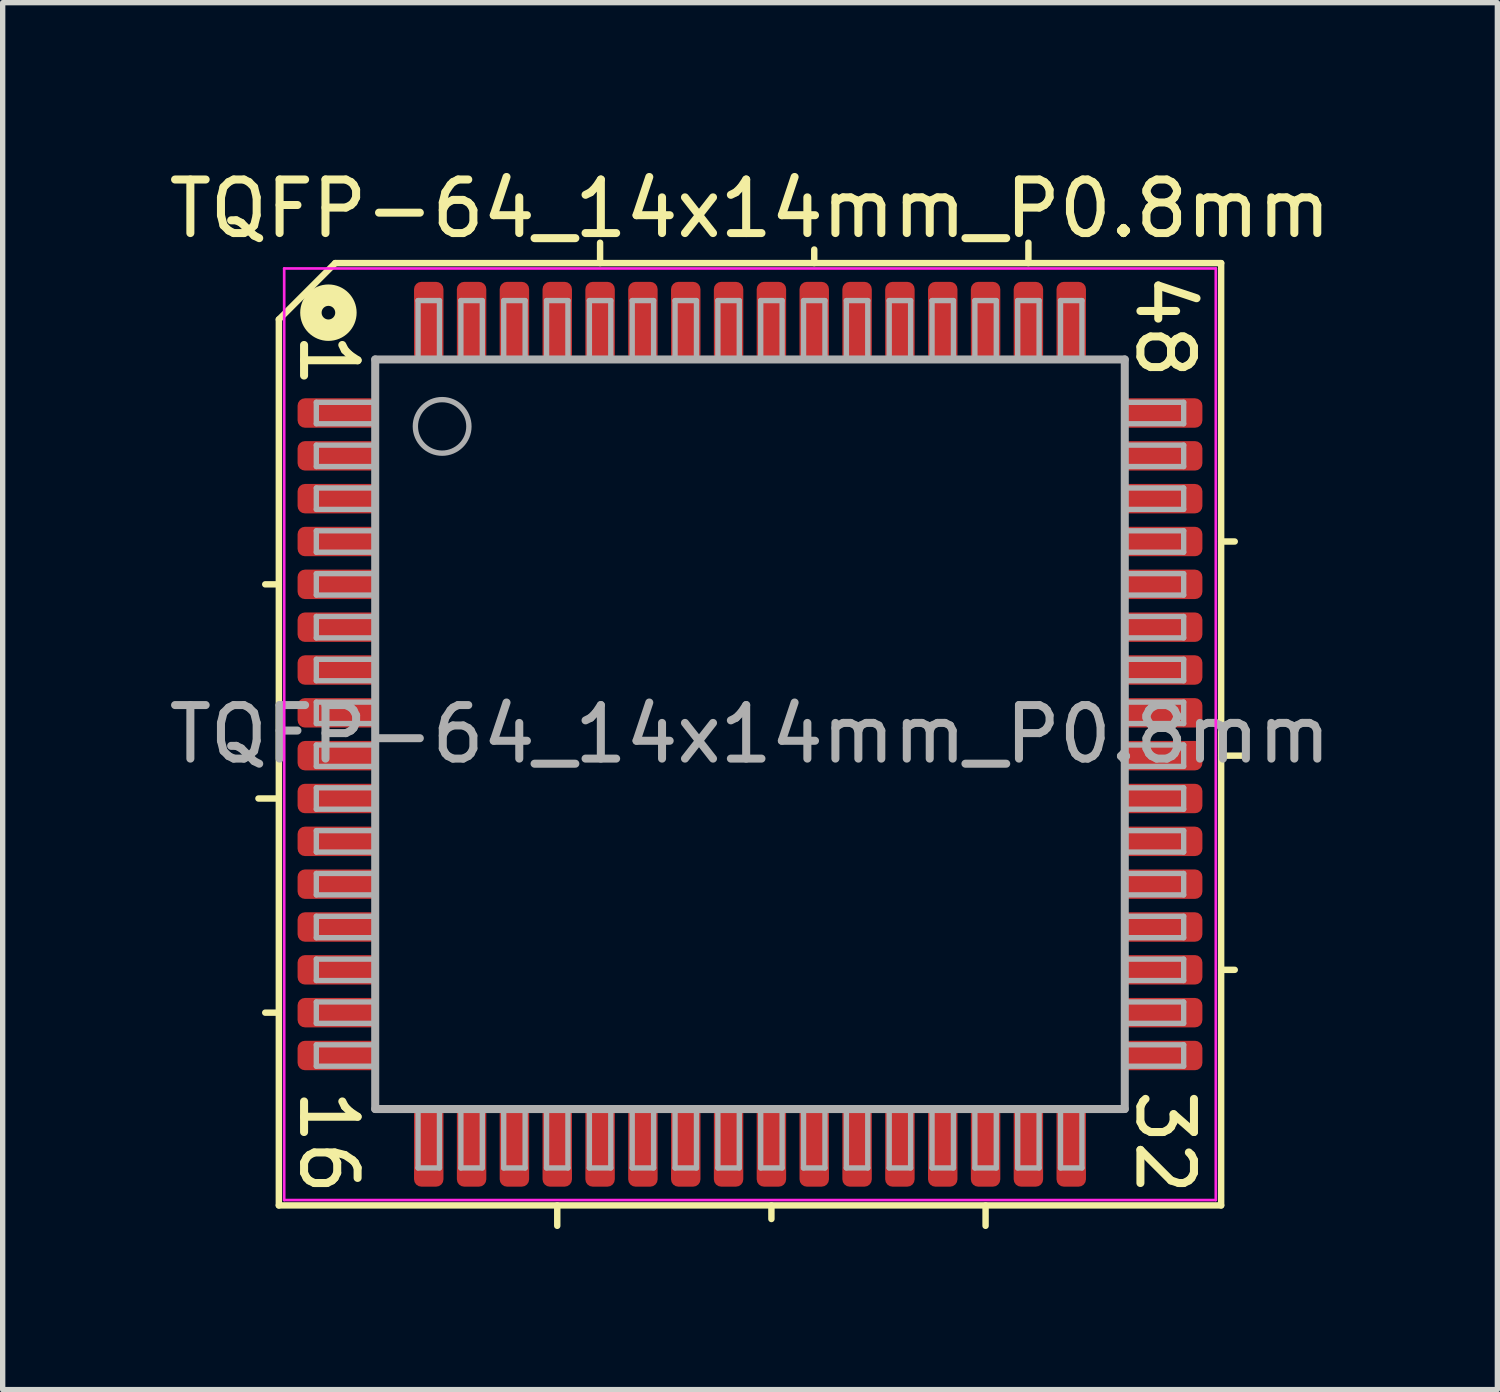
<source format=kicad_pcb>
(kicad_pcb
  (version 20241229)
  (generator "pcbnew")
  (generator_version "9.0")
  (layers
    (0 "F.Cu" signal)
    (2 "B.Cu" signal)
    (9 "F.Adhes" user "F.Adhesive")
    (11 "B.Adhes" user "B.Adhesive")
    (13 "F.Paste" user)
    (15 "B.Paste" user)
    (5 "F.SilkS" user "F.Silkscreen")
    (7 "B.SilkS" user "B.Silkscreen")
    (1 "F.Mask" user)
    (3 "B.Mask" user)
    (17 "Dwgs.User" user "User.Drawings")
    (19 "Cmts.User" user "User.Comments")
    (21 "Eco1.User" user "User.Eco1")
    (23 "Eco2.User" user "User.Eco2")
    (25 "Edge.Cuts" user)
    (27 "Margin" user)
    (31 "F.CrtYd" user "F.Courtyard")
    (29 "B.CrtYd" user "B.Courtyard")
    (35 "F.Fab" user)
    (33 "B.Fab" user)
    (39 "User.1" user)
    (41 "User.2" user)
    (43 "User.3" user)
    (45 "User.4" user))
  (footprint "TQFP-64_14x14mm_P0.8mm"
    (layer "F.Cu")
    (at 10.958 10.664)
    (property "Reference" "TQFP-64_14x14mm_P0.8mm" (at 0 -9.816 0) (layer "F.SilkS") (effects (font (size 1 1) (thickness 0.15))))
    (attr smd)
    (fp_line (start -8.8 -7.747) (end -8.8 8.8) (stroke (width 0.12) (type solid)) (layer "F.SilkS"))
    (fp_line (start -8.8 -2.8) (end -9.054 -2.8) (stroke (width 0.12) (type solid)) (layer "F.SilkS"))
    (fp_line (start -8.8 1.2) (end -9.181 1.2) (stroke (width 0.12) (type solid)) (layer "F.SilkS"))
    (fp_line (start -8.8 5.2) (end -9.054 5.2) (stroke (width 0.12) (type solid)) (layer "F.SilkS"))
    (fp_line (start -8.8 8.8) (end 8.8 8.8) (stroke (width 0.12) (type solid)) (layer "F.SilkS"))
    (fp_line (start -7.747 -8.8) (end -8.8 -7.747) (stroke (width 0.12) (type solid)) (layer "F.SilkS"))
    (fp_line (start -3.6 8.8) (end -3.6 9.181) (stroke (width 0.12) (type solid)) (layer "F.SilkS"))
    (fp_line (start -2.8 -8.8) (end -2.8 -9.181) (stroke (width 0.12) (type solid)) (layer "F.SilkS"))
    (fp_line (start 0.4 8.8) (end 0.4 9.054) (stroke (width 0.12) (type solid)) (layer "F.SilkS"))
    (fp_line (start 1.2 -8.8) (end 1.2 -9.054) (stroke (width 0.12) (type solid)) (layer "F.SilkS"))
    (fp_line (start 4.4 8.8) (end 4.4 9.181) (stroke (width 0.12) (type solid)) (layer "F.SilkS"))
    (fp_line (start 5.2 -8.8) (end 5.2 -9.181) (stroke (width 0.12) (type solid)) (layer "F.SilkS"))
    (fp_line (start 8.8 -8.8) (end -7.747 -8.8) (stroke (width 0.12) (type solid)) (layer "F.SilkS"))
    (fp_line (start 8.8 -3.6) (end 9.054 -3.6) (stroke (width 0.12) (type solid)) (layer "F.SilkS"))
    (fp_line (start 8.8 0.4) (end 9.181 0.4) (stroke (width 0.12) (type solid)) (layer "F.SilkS"))
    (fp_line (start 8.8 4.4) (end 9.054 4.4) (stroke (width 0.12) (type solid)) (layer "F.SilkS"))
    (fp_line (start 8.8 8.8) (end 8.8 -8.8) (stroke (width 0.12) (type solid)) (layer "F.SilkS"))
    (fp_circle (center -7.874 -7.874) (end -7.747 -7.874) (stroke (width 0.4) (type solid)) (fill no) (layer "F.SilkS"))
    (fp_line (start -8.7 -8.7) (end -8.7 8.7) (stroke (width 0.05) (type solid)) (layer "F.CrtYd"))
    (fp_line (start -8.7 -8.7) (end 8.7 -8.7) (stroke (width 0.05) (type solid)) (layer "F.CrtYd"))
    (fp_line (start -8.7 8.7) (end 8.7 8.7) (stroke (width 0.05) (type solid)) (layer "F.CrtYd"))
    (fp_line (start 8.7 -8.7) (end 8.7 8.7) (stroke (width 0.05) (type solid)) (layer "F.CrtYd"))
    (fp_line (start -8.1 -6.2) (end -8.1 -5.8) (stroke (width 0.1) (type solid)) (layer "F.Fab"))
    (fp_line (start -8.1 -6.2) (end -7 -6.2) (stroke (width 0.1) (type solid)) (layer "F.Fab"))
    (fp_line (start -8.1 -5.8) (end -7 -5.8) (stroke (width 0.1) (type solid)) (layer "F.Fab"))
    (fp_line (start -8.1 -5.4) (end -8.1 -5) (stroke (width 0.1) (type solid)) (layer "F.Fab"))
    (fp_line (start -8.1 -5.4) (end -7 -5.4) (stroke (width 0.1) (type solid)) (layer "F.Fab"))
    (fp_line (start -8.1 -5) (end -7 -5) (stroke (width 0.1) (type solid)) (layer "F.Fab"))
    (fp_line (start -8.1 -4.6) (end -8.1 -4.2) (stroke (width 0.1) (type solid)) (layer "F.Fab"))
    (fp_line (start -8.1 -4.6) (end -7 -4.6) (stroke (width 0.1) (type solid)) (layer "F.Fab"))
    (fp_line (start -8.1 -4.2) (end -7 -4.2) (stroke (width 0.1) (type solid)) (layer "F.Fab"))
    (fp_line (start -8.1 -3.8) (end -8.1 -3.4) (stroke (width 0.1) (type solid)) (layer "F.Fab"))
    (fp_line (start -8.1 -3.8) (end -7 -3.8) (stroke (width 0.1) (type solid)) (layer "F.Fab"))
    (fp_line (start -8.1 -3.4) (end -7 -3.4) (stroke (width 0.1) (type solid)) (layer "F.Fab"))
    (fp_line (start -8.1 -3) (end -8.1 -2.6) (stroke (width 0.1) (type solid)) (layer "F.Fab"))
    (fp_line (start -8.1 -3) (end -7 -3) (stroke (width 0.1) (type solid)) (layer "F.Fab"))
    (fp_line (start -8.1 -2.6) (end -7 -2.6) (stroke (width 0.1) (type solid)) (layer "F.Fab"))
    (fp_line (start -8.1 -2.2) (end -8.1 -1.8) (stroke (width 0.1) (type solid)) (layer "F.Fab"))
    (fp_line (start -8.1 -2.2) (end -7 -2.2) (stroke (width 0.1) (type solid)) (layer "F.Fab"))
    (fp_line (start -8.1 -1.8) (end -7 -1.8) (stroke (width 0.1) (type solid)) (layer "F.Fab"))
    (fp_line (start -8.1 -1.4) (end -8.1 -1) (stroke (width 0.1) (type solid)) (layer "F.Fab"))
    (fp_line (start -8.1 -1.4) (end -7 -1.4) (stroke (width 0.1) (type solid)) (layer "F.Fab"))
    (fp_line (start -8.1 -1) (end -7 -1) (stroke (width 0.1) (type solid)) (layer "F.Fab"))
    (fp_line (start -8.1 -0.6) (end -8.1 -0.2) (stroke (width 0.1) (type solid)) (layer "F.Fab"))
    (fp_line (start -8.1 -0.6) (end -7 -0.6) (stroke (width 0.1) (type solid)) (layer "F.Fab"))
    (fp_line (start -8.1 -0.2) (end -7 -0.2) (stroke (width 0.1) (type solid)) (layer "F.Fab"))
    (fp_line (start -8.1 0.2) (end -8.1 0.6) (stroke (width 0.1) (type solid)) (layer "F.Fab"))
    (fp_line (start -8.1 0.2) (end -7 0.2) (stroke (width 0.1) (type solid)) (layer "F.Fab"))
    (fp_line (start -8.1 0.6) (end -7 0.6) (stroke (width 0.1) (type solid)) (layer "F.Fab"))
    (fp_line (start -8.1 1) (end -8.1 1.4) (stroke (width 0.1) (type solid)) (layer "F.Fab"))
    (fp_line (start -8.1 1) (end -7 1) (stroke (width 0.1) (type solid)) (layer "F.Fab"))
    (fp_line (start -8.1 1.4) (end -7 1.4) (stroke (width 0.1) (type solid)) (layer "F.Fab"))
    (fp_line (start -8.1 1.8) (end -8.1 2.2) (stroke (width 0.1) (type solid)) (layer "F.Fab"))
    (fp_line (start -8.1 1.8) (end -7 1.8) (stroke (width 0.1) (type solid)) (layer "F.Fab"))
    (fp_line (start -8.1 2.2) (end -7 2.2) (stroke (width 0.1) (type solid)) (layer "F.Fab"))
    (fp_line (start -8.1 2.6) (end -8.1 3) (stroke (width 0.1) (type solid)) (layer "F.Fab"))
    (fp_line (start -8.1 2.6) (end -7 2.6) (stroke (width 0.1) (type solid)) (layer "F.Fab"))
    (fp_line (start -8.1 3) (end -7 3) (stroke (width 0.1) (type solid)) (layer "F.Fab"))
    (fp_line (start -8.1 3.4) (end -8.1 3.8) (stroke (width 0.1) (type solid)) (layer "F.Fab"))
    (fp_line (start -8.1 3.4) (end -7 3.4) (stroke (width 0.1) (type solid)) (layer "F.Fab"))
    (fp_line (start -8.1 3.8) (end -7 3.8) (stroke (width 0.1) (type solid)) (layer "F.Fab"))
    (fp_line (start -8.1 4.2) (end -8.1 4.6) (stroke (width 0.1) (type solid)) (layer "F.Fab"))
    (fp_line (start -8.1 4.2) (end -7 4.2) (stroke (width 0.1) (type solid)) (layer "F.Fab"))
    (fp_line (start -8.1 4.6) (end -7 4.6) (stroke (width 0.1) (type solid)) (layer "F.Fab"))
    (fp_line (start -8.1 5) (end -8.1 5.4) (stroke (width 0.1) (type solid)) (layer "F.Fab"))
    (fp_line (start -8.1 5) (end -7 5) (stroke (width 0.1) (type solid)) (layer "F.Fab"))
    (fp_line (start -8.1 5.4) (end -7 5.4) (stroke (width 0.1) (type solid)) (layer "F.Fab"))
    (fp_line (start -8.1 5.8) (end -8.1 6.2) (stroke (width 0.1) (type solid)) (layer "F.Fab"))
    (fp_line (start -8.1 5.8) (end -7 5.8) (stroke (width 0.1) (type solid)) (layer "F.Fab"))
    (fp_line (start -8.1 6.2) (end -7 6.2) (stroke (width 0.1) (type solid)) (layer "F.Fab"))
    (fp_line (start -7 -7) (end 7 -7) (stroke (width 0.15) (type solid)) (layer "F.Fab"))
    (fp_line (start -7 7) (end -7 -7) (stroke (width 0.15) (type solid)) (layer "F.Fab"))
    (fp_line (start -6.2 -8.1) (end -6.2 -7) (stroke (width 0.1) (type solid)) (layer "F.Fab"))
    (fp_line (start -6.2 8.1) (end -6.2 7) (stroke (width 0.1) (type solid)) (layer "F.Fab"))
    (fp_line (start -6.2 8.1) (end -5.8 8.1) (stroke (width 0.1) (type solid)) (layer "F.Fab"))
    (fp_line (start -5.8 -8.1) (end -6.2 -8.1) (stroke (width 0.1) (type solid)) (layer "F.Fab"))
    (fp_line (start -5.8 -8.1) (end -5.8 -7) (stroke (width 0.1) (type solid)) (layer "F.Fab"))
    (fp_line (start -5.8 8.1) (end -5.8 7) (stroke (width 0.1) (type solid)) (layer "F.Fab"))
    (fp_line (start -5.4 -8.1) (end -5.4 -7) (stroke (width 0.1) (type solid)) (layer "F.Fab"))
    (fp_line (start -5.4 8.1) (end -5.4 7) (stroke (width 0.1) (type solid)) (layer "F.Fab"))
    (fp_line (start -5.4 8.1) (end -5 8.1) (stroke (width 0.1) (type solid)) (layer "F.Fab"))
    (fp_line (start -5 -8.1) (end -5.4 -8.1) (stroke (width 0.1) (type solid)) (layer "F.Fab"))
    (fp_line (start -5 -8.1) (end -5 -7) (stroke (width 0.1) (type solid)) (layer "F.Fab"))
    (fp_line (start -5 8.1) (end -5 7) (stroke (width 0.1) (type solid)) (layer "F.Fab"))
    (fp_line (start -4.6 -8.1) (end -4.6 -7) (stroke (width 0.1) (type solid)) (layer "F.Fab"))
    (fp_line (start -4.6 8.1) (end -4.6 7) (stroke (width 0.1) (type solid)) (layer "F.Fab"))
    (fp_line (start -4.6 8.1) (end -4.2 8.1) (stroke (width 0.1) (type solid)) (layer "F.Fab"))
    (fp_line (start -4.2 -8.1) (end -4.6 -8.1) (stroke (width 0.1) (type solid)) (layer "F.Fab"))
    (fp_line (start -4.2 -8.1) (end -4.2 -7) (stroke (width 0.1) (type solid)) (layer "F.Fab"))
    (fp_line (start -4.2 8.1) (end -4.2 7) (stroke (width 0.1) (type solid)) (layer "F.Fab"))
    (fp_line (start -3.8 -8.1) (end -3.8 -7) (stroke (width 0.1) (type solid)) (layer "F.Fab"))
    (fp_line (start -3.8 8.1) (end -3.8 7) (stroke (width 0.1) (type solid)) (layer "F.Fab"))
    (fp_line (start -3.8 8.1) (end -3.4 8.1) (stroke (width 0.1) (type solid)) (layer "F.Fab"))
    (fp_line (start -3.4 -8.1) (end -3.8 -8.1) (stroke (width 0.1) (type solid)) (layer "F.Fab"))
    (fp_line (start -3.4 -8.1) (end -3.4 -7) (stroke (width 0.1) (type solid)) (layer "F.Fab"))
    (fp_line (start -3.4 8.1) (end -3.4 7) (stroke (width 0.1) (type solid)) (layer "F.Fab"))
    (fp_line (start -3 -8.1) (end -3 -7) (stroke (width 0.1) (type solid)) (layer "F.Fab"))
    (fp_line (start -3 8.1) (end -3 7) (stroke (width 0.1) (type solid)) (layer "F.Fab"))
    (fp_line (start -3 8.1) (end -2.6 8.1) (stroke (width 0.1) (type solid)) (layer "F.Fab"))
    (fp_line (start -2.6 -8.1) (end -3 -8.1) (stroke (width 0.1) (type solid)) (layer "F.Fab"))
    (fp_line (start -2.6 -8.1) (end -2.6 -7) (stroke (width 0.1) (type solid)) (layer "F.Fab"))
    (fp_line (start -2.6 8.1) (end -2.6 7) (stroke (width 0.1) (type solid)) (layer "F.Fab"))
    (fp_line (start -2.2 -8.1) (end -2.2 -7) (stroke (width 0.1) (type solid)) (layer "F.Fab"))
    (fp_line (start -2.2 8.1) (end -2.2 7) (stroke (width 0.1) (type solid)) (layer "F.Fab"))
    (fp_line (start -2.2 8.1) (end -1.8 8.1) (stroke (width 0.1) (type solid)) (layer "F.Fab"))
    (fp_line (start -1.8 -8.1) (end -2.2 -8.1) (stroke (width 0.1) (type solid)) (layer "F.Fab"))
    (fp_line (start -1.8 -8.1) (end -1.8 -7) (stroke (width 0.1) (type solid)) (layer "F.Fab"))
    (fp_line (start -1.8 8.1) (end -1.8 7) (stroke (width 0.1) (type solid)) (layer "F.Fab"))
    (fp_line (start -1.4 -8.1) (end -1.4 -7) (stroke (width 0.1) (type solid)) (layer "F.Fab"))
    (fp_line (start -1.4 8.1) (end -1.4 7) (stroke (width 0.1) (type solid)) (layer "F.Fab"))
    (fp_line (start -1.4 8.1) (end -1 8.1) (stroke (width 0.1) (type solid)) (layer "F.Fab"))
    (fp_line (start -1 -8.1) (end -1.4 -8.1) (stroke (width 0.1) (type solid)) (layer "F.Fab"))
    (fp_line (start -1 -8.1) (end -1 -7) (stroke (width 0.1) (type solid)) (layer "F.Fab"))
    (fp_line (start -1 8.1) (end -1 7) (stroke (width 0.1) (type solid)) (layer "F.Fab"))
    (fp_line (start -0.6 -8.1) (end -0.6 -7) (stroke (width 0.1) (type solid)) (layer "F.Fab"))
    (fp_line (start -0.6 8.1) (end -0.6 7) (stroke (width 0.1) (type solid)) (layer "F.Fab"))
    (fp_line (start -0.6 8.1) (end -0.2 8.1) (stroke (width 0.1) (type solid)) (layer "F.Fab"))
    (fp_line (start -0.2 -8.1) (end -0.6 -8.1) (stroke (width 0.1) (type solid)) (layer "F.Fab"))
    (fp_line (start -0.2 -8.1) (end -0.2 -7) (stroke (width 0.1) (type solid)) (layer "F.Fab"))
    (fp_line (start -0.2 8.1) (end -0.2 7) (stroke (width 0.1) (type solid)) (layer "F.Fab"))
    (fp_line (start 0.2 -8.1) (end 0.2 -7) (stroke (width 0.1) (type solid)) (layer "F.Fab"))
    (fp_line (start 0.2 8.1) (end 0.2 7) (stroke (width 0.1) (type solid)) (layer "F.Fab"))
    (fp_line (start 0.2 8.1) (end 0.6 8.1) (stroke (width 0.1) (type solid)) (layer "F.Fab"))
    (fp_line (start 0.6 -8.1) (end 0.2 -8.1) (stroke (width 0.1) (type solid)) (layer "F.Fab"))
    (fp_line (start 0.6 -8.1) (end 0.6 -7) (stroke (width 0.1) (type solid)) (layer "F.Fab"))
    (fp_line (start 0.6 8.1) (end 0.6 7) (stroke (width 0.1) (type solid)) (layer "F.Fab"))
    (fp_line (start 1 -8.1) (end 1 -7) (stroke (width 0.1) (type solid)) (layer "F.Fab"))
    (fp_line (start 1 8.1) (end 1 7) (stroke (width 0.1) (type solid)) (layer "F.Fab"))
    (fp_line (start 1 8.1) (end 1.4 8.1) (stroke (width 0.1) (type solid)) (layer "F.Fab"))
    (fp_line (start 1.4 -8.1) (end 1 -8.1) (stroke (width 0.1) (type solid)) (layer "F.Fab"))
    (fp_line (start 1.4 -8.1) (end 1.4 -7) (stroke (width 0.1) (type solid)) (layer "F.Fab"))
    (fp_line (start 1.4 8.1) (end 1.4 7) (stroke (width 0.1) (type solid)) (layer "F.Fab"))
    (fp_line (start 1.8 -8.1) (end 1.8 -7) (stroke (width 0.1) (type solid)) (layer "F.Fab"))
    (fp_line (start 1.8 8.1) (end 1.8 7) (stroke (width 0.1) (type solid)) (layer "F.Fab"))
    (fp_line (start 1.8 8.1) (end 2.2 8.1) (stroke (width 0.1) (type solid)) (layer "F.Fab"))
    (fp_line (start 2.2 -8.1) (end 1.8 -8.1) (stroke (width 0.1) (type solid)) (layer "F.Fab"))
    (fp_line (start 2.2 -8.1) (end 2.2 -7) (stroke (width 0.1) (type solid)) (layer "F.Fab"))
    (fp_line (start 2.2 8.1) (end 2.2 7) (stroke (width 0.1) (type solid)) (layer "F.Fab"))
    (fp_line (start 2.6 -8.1) (end 2.6 -7) (stroke (width 0.1) (type solid)) (layer "F.Fab"))
    (fp_line (start 2.6 8.1) (end 2.6 7) (stroke (width 0.1) (type solid)) (layer "F.Fab"))
    (fp_line (start 2.6 8.1) (end 3 8.1) (stroke (width 0.1) (type solid)) (layer "F.Fab"))
    (fp_line (start 3 -8.1) (end 2.6 -8.1) (stroke (width 0.1) (type solid)) (layer "F.Fab"))
    (fp_line (start 3 -8.1) (end 3 -7) (stroke (width 0.1) (type solid)) (layer "F.Fab"))
    (fp_line (start 3 8.1) (end 3 7) (stroke (width 0.1) (type solid)) (layer "F.Fab"))
    (fp_line (start 3.4 -8.1) (end 3.4 -7) (stroke (width 0.1) (type solid)) (layer "F.Fab"))
    (fp_line (start 3.4 8.1) (end 3.4 7) (stroke (width 0.1) (type solid)) (layer "F.Fab"))
    (fp_line (start 3.4 8.1) (end 3.8 8.1) (stroke (width 0.1) (type solid)) (layer "F.Fab"))
    (fp_line (start 3.8 -8.1) (end 3.4 -8.1) (stroke (width 0.1) (type solid)) (layer "F.Fab"))
    (fp_line (start 3.8 -8.1) (end 3.8 -7) (stroke (width 0.1) (type solid)) (layer "F.Fab"))
    (fp_line (start 3.8 8.1) (end 3.8 7) (stroke (width 0.1) (type solid)) (layer "F.Fab"))
    (fp_line (start 4.2 -8.1) (end 4.2 -7) (stroke (width 0.1) (type solid)) (layer "F.Fab"))
    (fp_line (start 4.2 8.1) (end 4.2 7) (stroke (width 0.1) (type solid)) (layer "F.Fab"))
    (fp_line (start 4.2 8.1) (end 4.6 8.1) (stroke (width 0.1) (type solid)) (layer "F.Fab"))
    (fp_line (start 4.6 -8.1) (end 4.2 -8.1) (stroke (width 0.1) (type solid)) (layer "F.Fab"))
    (fp_line (start 4.6 -8.1) (end 4.6 -7) (stroke (width 0.1) (type solid)) (layer "F.Fab"))
    (fp_line (start 4.6 8.1) (end 4.6 7) (stroke (width 0.1) (type solid)) (layer "F.Fab"))
    (fp_line (start 5 -8.1) (end 5 -7) (stroke (width 0.1) (type solid)) (layer "F.Fab"))
    (fp_line (start 5 8.1) (end 5 7) (stroke (width 0.1) (type solid)) (layer "F.Fab"))
    (fp_line (start 5 8.1) (end 5.4 8.1) (stroke (width 0.1) (type solid)) (layer "F.Fab"))
    (fp_line (start 5.4 -8.1) (end 5 -8.1) (stroke (width 0.1) (type solid)) (layer "F.Fab"))
    (fp_line (start 5.4 -8.1) (end 5.4 -7) (stroke (width 0.1) (type solid)) (layer "F.Fab"))
    (fp_line (start 5.4 8.1) (end 5.4 7) (stroke (width 0.1) (type solid)) (layer "F.Fab"))
    (fp_line (start 5.8 -8.1) (end 5.8 -7) (stroke (width 0.1) (type solid)) (layer "F.Fab"))
    (fp_line (start 5.8 8.1) (end 5.8 7) (stroke (width 0.1) (type solid)) (layer "F.Fab"))
    (fp_line (start 5.8 8.1) (end 6.2 8.1) (stroke (width 0.1) (type solid)) (layer "F.Fab"))
    (fp_line (start 6.2 -8.1) (end 5.8 -8.1) (stroke (width 0.1) (type solid)) (layer "F.Fab"))
    (fp_line (start 6.2 -8.1) (end 6.2 -7) (stroke (width 0.1) (type solid)) (layer "F.Fab"))
    (fp_line (start 6.2 8.1) (end 6.2 7) (stroke (width 0.1) (type solid)) (layer "F.Fab"))
    (fp_line (start 7 -7) (end 7 7) (stroke (width 0.15) (type solid)) (layer "F.Fab"))
    (fp_line (start 7 7) (end -7 7) (stroke (width 0.15) (type solid)) (layer "F.Fab"))
    (fp_line (start 8.1 -6.2) (end 7 -6.2) (stroke (width 0.1) (type solid)) (layer "F.Fab"))
    (fp_line (start 8.1 -5.8) (end 7 -5.8) (stroke (width 0.1) (type solid)) (layer "F.Fab"))
    (fp_line (start 8.1 -5.8) (end 8.1 -6.2) (stroke (width 0.1) (type solid)) (layer "F.Fab"))
    (fp_line (start 8.1 -5.4) (end 7 -5.4) (stroke (width 0.1) (type solid)) (layer "F.Fab"))
    (fp_line (start 8.1 -5) (end 7 -5) (stroke (width 0.1) (type solid)) (layer "F.Fab"))
    (fp_line (start 8.1 -5) (end 8.1 -5.4) (stroke (width 0.1) (type solid)) (layer "F.Fab"))
    (fp_line (start 8.1 -4.6) (end 7 -4.6) (stroke (width 0.1) (type solid)) (layer "F.Fab"))
    (fp_line (start 8.1 -4.2) (end 7 -4.2) (stroke (width 0.1) (type solid)) (layer "F.Fab"))
    (fp_line (start 8.1 -4.2) (end 8.1 -4.6) (stroke (width 0.1) (type solid)) (layer "F.Fab"))
    (fp_line (start 8.1 -3.8) (end 7 -3.8) (stroke (width 0.1) (type solid)) (layer "F.Fab"))
    (fp_line (start 8.1 -3.4) (end 7 -3.4) (stroke (width 0.1) (type solid)) (layer "F.Fab"))
    (fp_line (start 8.1 -3.4) (end 8.1 -3.8) (stroke (width 0.1) (type solid)) (layer "F.Fab"))
    (fp_line (start 8.1 -3) (end 7 -3) (stroke (width 0.1) (type solid)) (layer "F.Fab"))
    (fp_line (start 8.1 -2.6) (end 7 -2.6) (stroke (width 0.1) (type solid)) (layer "F.Fab"))
    (fp_line (start 8.1 -2.6) (end 8.1 -3) (stroke (width 0.1) (type solid)) (layer "F.Fab"))
    (fp_line (start 8.1 -2.2) (end 7 -2.2) (stroke (width 0.1) (type solid)) (layer "F.Fab"))
    (fp_line (start 8.1 -1.8) (end 7 -1.8) (stroke (width 0.1) (type solid)) (layer "F.Fab"))
    (fp_line (start 8.1 -1.8) (end 8.1 -2.2) (stroke (width 0.1) (type solid)) (layer "F.Fab"))
    (fp_line (start 8.1 -1.4) (end 7 -1.4) (stroke (width 0.1) (type solid)) (layer "F.Fab"))
    (fp_line (start 8.1 -1) (end 7 -1) (stroke (width 0.1) (type solid)) (layer "F.Fab"))
    (fp_line (start 8.1 -1) (end 8.1 -1.4) (stroke (width 0.1) (type solid)) (layer "F.Fab"))
    (fp_line (start 8.1 -0.6) (end 7 -0.6) (stroke (width 0.1) (type solid)) (layer "F.Fab"))
    (fp_line (start 8.1 -0.2) (end 7 -0.2) (stroke (width 0.1) (type solid)) (layer "F.Fab"))
    (fp_line (start 8.1 -0.2) (end 8.1 -0.6) (stroke (width 0.1) (type solid)) (layer "F.Fab"))
    (fp_line (start 8.1 0.2) (end 7 0.2) (stroke (width 0.1) (type solid)) (layer "F.Fab"))
    (fp_line (start 8.1 0.6) (end 7 0.6) (stroke (width 0.1) (type solid)) (layer "F.Fab"))
    (fp_line (start 8.1 0.6) (end 8.1 0.2) (stroke (width 0.1) (type solid)) (layer "F.Fab"))
    (fp_line (start 8.1 1) (end 7 1) (stroke (width 0.1) (type solid)) (layer "F.Fab"))
    (fp_line (start 8.1 1.4) (end 7 1.4) (stroke (width 0.1) (type solid)) (layer "F.Fab"))
    (fp_line (start 8.1 1.4) (end 8.1 1) (stroke (width 0.1) (type solid)) (layer "F.Fab"))
    (fp_line (start 8.1 1.8) (end 7 1.8) (stroke (width 0.1) (type solid)) (layer "F.Fab"))
    (fp_line (start 8.1 2.2) (end 7 2.2) (stroke (width 0.1) (type solid)) (layer "F.Fab"))
    (fp_line (start 8.1 2.2) (end 8.1 1.8) (stroke (width 0.1) (type solid)) (layer "F.Fab"))
    (fp_line (start 8.1 2.6) (end 7 2.6) (stroke (width 0.1) (type solid)) (layer "F.Fab"))
    (fp_line (start 8.1 3) (end 7 3) (stroke (width 0.1) (type solid)) (layer "F.Fab"))
    (fp_line (start 8.1 3) (end 8.1 2.6) (stroke (width 0.1) (type solid)) (layer "F.Fab"))
    (fp_line (start 8.1 3.4) (end 7 3.4) (stroke (width 0.1) (type solid)) (layer "F.Fab"))
    (fp_line (start 8.1 3.8) (end 7 3.8) (stroke (width 0.1) (type solid)) (layer "F.Fab"))
    (fp_line (start 8.1 3.8) (end 8.1 3.4) (stroke (width 0.1) (type solid)) (layer "F.Fab"))
    (fp_line (start 8.1 4.2) (end 7 4.2) (stroke (width 0.1) (type solid)) (layer "F.Fab"))
    (fp_line (start 8.1 4.6) (end 7 4.6) (stroke (width 0.1) (type solid)) (layer "F.Fab"))
    (fp_line (start 8.1 4.6) (end 8.1 4.2) (stroke (width 0.1) (type solid)) (layer "F.Fab"))
    (fp_line (start 8.1 5) (end 7 5) (stroke (width 0.1) (type solid)) (layer "F.Fab"))
    (fp_line (start 8.1 5.4) (end 7 5.4) (stroke (width 0.1) (type solid)) (layer "F.Fab"))
    (fp_line (start 8.1 5.4) (end 8.1 5) (stroke (width 0.1) (type solid)) (layer "F.Fab"))
    (fp_line (start 8.1 5.8) (end 7 5.8) (stroke (width 0.1) (type solid)) (layer "F.Fab"))
    (fp_line (start 8.1 6.2) (end 7 6.2) (stroke (width 0.1) (type solid)) (layer "F.Fab"))
    (fp_line (start 8.1 6.2) (end 8.1 5.8) (stroke (width 0.1) (type solid)) (layer "F.Fab"))
    (fp_circle (center -5.75 -5.75) (end -5.25 -5.75) (stroke (width 0.1) (type solid)) (fill no) (layer "F.Fab"))
    (fp_text user "32" (at 7.747 7.62 270) (unlocked yes) (layer "F.SilkS") (effects (font (size 1 1) (thickness 0.15))))
    (fp_text user "48" (at 7.747 -7.62 270) (unlocked yes) (layer "F.SilkS") (effects (font (size 1 1) (thickness 0.15))))
    (fp_text user "16" (at -7.874 7.62 270) (unlocked yes) (layer "F.SilkS") (effects (font (size 1 1) (thickness 0.15))))
    (fp_text user "1" (at -7.874 -6.985 270) (unlocked yes) (layer "F.SilkS") (effects (font (size 1 1) (thickness 0.15))))
    (fp_text user "${REFERENCE}" (at 0 0 0) (layer "F.Fab") (effects (font (size 1 1) (thickness 0.15))))
    (pad "1" smd roundrect (at -7.7 -6) (size 1.5 0.55) (layers "F.Cu" "F.Mask" "F.Paste") (roundrect_rratio 0.25))
    (pad "2" smd roundrect (at -7.7 -5.2) (size 1.5 0.55) (layers "F.Cu" "F.Mask" "F.Paste") (roundrect_rratio 0.25))
    (pad "3" smd roundrect (at -7.7 -4.4) (size 1.5 0.55) (layers "F.Cu" "F.Mask" "F.Paste") (roundrect_rratio 0.25))
    (pad "4" smd roundrect (at -7.7 -3.6) (size 1.5 0.55) (layers "F.Cu" "F.Mask" "F.Paste") (roundrect_rratio 0.25))
    (pad "5" smd roundrect (at -7.7 -2.8) (size 1.5 0.55) (layers "F.Cu" "F.Mask" "F.Paste") (roundrect_rratio 0.25))
    (pad "6" smd roundrect (at -7.7 -2) (size 1.5 0.55) (layers "F.Cu" "F.Mask" "F.Paste") (roundrect_rratio 0.25))
    (pad "7" smd roundrect (at -7.7 -1.2) (size 1.5 0.55) (layers "F.Cu" "F.Mask" "F.Paste") (roundrect_rratio 0.25))
    (pad "8" smd roundrect (at -7.7 -0.4) (size 1.5 0.55) (layers "F.Cu" "F.Mask" "F.Paste") (roundrect_rratio 0.25))
    (pad "9" smd roundrect (at -7.7 0.4) (size 1.5 0.55) (layers "F.Cu" "F.Mask" "F.Paste") (roundrect_rratio 0.25))
    (pad "10" smd roundrect (at -7.7 1.2) (size 1.5 0.55) (layers "F.Cu" "F.Mask" "F.Paste") (roundrect_rratio 0.25))
    (pad "11" smd roundrect (at -7.7 2) (size 1.5 0.55) (layers "F.Cu" "F.Mask" "F.Paste") (roundrect_rratio 0.25))
    (pad "12" smd roundrect (at -7.7 2.8) (size 1.5 0.55) (layers "F.Cu" "F.Mask" "F.Paste") (roundrect_rratio 0.25))
    (pad "13" smd roundrect (at -7.7 3.6) (size 1.5 0.55) (layers "F.Cu" "F.Mask" "F.Paste") (roundrect_rratio 0.25))
    (pad "14" smd roundrect (at -7.7 4.4) (size 1.5 0.55) (layers "F.Cu" "F.Mask" "F.Paste") (roundrect_rratio 0.25))
    (pad "15" smd roundrect (at -7.7 5.2) (size 1.5 0.55) (layers "F.Cu" "F.Mask" "F.Paste") (roundrect_rratio 0.25))
    (pad "16" smd roundrect (at -7.7 6) (size 1.5 0.55) (layers "F.Cu" "F.Mask" "F.Paste") (roundrect_rratio 0.25))
    (pad "17" smd roundrect (at -6 7.7 90) (size 1.5 0.55) (layers "F.Cu" "F.Mask" "F.Paste") (roundrect_rratio 0.25))
    (pad "18" smd roundrect (at -5.2 7.7 90) (size 1.5 0.55) (layers "F.Cu" "F.Mask" "F.Paste") (roundrect_rratio 0.25))
    (pad "19" smd roundrect (at -4.4 7.7 90) (size 1.5 0.55) (layers "F.Cu" "F.Mask" "F.Paste") (roundrect_rratio 0.25))
    (pad "20" smd roundrect (at -3.6 7.7 90) (size 1.5 0.55) (layers "F.Cu" "F.Mask" "F.Paste") (roundrect_rratio 0.25))
    (pad "21" smd roundrect (at -2.8 7.7 90) (size 1.5 0.55) (layers "F.Cu" "F.Mask" "F.Paste") (roundrect_rratio 0.25))
    (pad "22" smd roundrect (at -2 7.7 90) (size 1.5 0.55) (layers "F.Cu" "F.Mask" "F.Paste") (roundrect_rratio 0.25))
    (pad "23" smd roundrect (at -1.2 7.7 90) (size 1.5 0.55) (layers "F.Cu" "F.Mask" "F.Paste") (roundrect_rratio 0.25))
    (pad "24" smd roundrect (at -0.4 7.7 90) (size 1.5 0.55) (layers "F.Cu" "F.Mask" "F.Paste") (roundrect_rratio 0.25))
    (pad "25" smd roundrect (at 0.4 7.7 90) (size 1.5 0.55) (layers "F.Cu" "F.Mask" "F.Paste") (roundrect_rratio 0.25))
    (pad "26" smd roundrect (at 1.2 7.7 90) (size 1.5 0.55) (layers "F.Cu" "F.Mask" "F.Paste") (roundrect_rratio 0.25))
    (pad "27" smd roundrect (at 2 7.7 90) (size 1.5 0.55) (layers "F.Cu" "F.Mask" "F.Paste") (roundrect_rratio 0.25))
    (pad "28" smd roundrect (at 2.8 7.7 90) (size 1.5 0.55) (layers "F.Cu" "F.Mask" "F.Paste") (roundrect_rratio 0.25))
    (pad "29" smd roundrect (at 3.6 7.7 90) (size 1.5 0.55) (layers "F.Cu" "F.Mask" "F.Paste") (roundrect_rratio 0.25))
    (pad "30" smd roundrect (at 4.4 7.7 90) (size 1.5 0.55) (layers "F.Cu" "F.Mask" "F.Paste") (roundrect_rratio 0.25))
    (pad "31" smd roundrect (at 5.2 7.7 90) (size 1.5 0.55) (layers "F.Cu" "F.Mask" "F.Paste") (roundrect_rratio 0.25))
    (pad "32" smd roundrect (at 6 7.7 90) (size 1.5 0.55) (layers "F.Cu" "F.Mask" "F.Paste") (roundrect_rratio 0.25))
    (pad "33" smd roundrect (at 7.7 6) (size 1.5 0.55) (layers "F.Cu" "F.Mask" "F.Paste") (roundrect_rratio 0.25))
    (pad "34" smd roundrect (at 7.7 5.2) (size 1.5 0.55) (layers "F.Cu" "F.Mask" "F.Paste") (roundrect_rratio 0.25))
    (pad "35" smd roundrect (at 7.7 4.4) (size 1.5 0.55) (layers "F.Cu" "F.Mask" "F.Paste") (roundrect_rratio 0.25))
    (pad "36" smd roundrect (at 7.7 3.6) (size 1.5 0.55) (layers "F.Cu" "F.Mask" "F.Paste") (roundrect_rratio 0.25))
    (pad "37" smd roundrect (at 7.7 2.8) (size 1.5 0.55) (layers "F.Cu" "F.Mask" "F.Paste") (roundrect_rratio 0.25))
    (pad "38" smd roundrect (at 7.7 2) (size 1.5 0.55) (layers "F.Cu" "F.Mask" "F.Paste") (roundrect_rratio 0.25))
    (pad "39" smd roundrect (at 7.7 1.2) (size 1.5 0.55) (layers "F.Cu" "F.Mask" "F.Paste") (roundrect_rratio 0.25))
    (pad "40" smd roundrect (at 7.7 0.4) (size 1.5 0.55) (layers "F.Cu" "F.Mask" "F.Paste") (roundrect_rratio 0.25))
    (pad "41" smd roundrect (at 7.7 -0.4) (size 1.5 0.55) (layers "F.Cu" "F.Mask" "F.Paste") (roundrect_rratio 0.25))
    (pad "42" smd roundrect (at 7.7 -1.2) (size 1.5 0.55) (layers "F.Cu" "F.Mask" "F.Paste") (roundrect_rratio 0.25))
    (pad "43" smd roundrect (at 7.7 -2) (size 1.5 0.55) (layers "F.Cu" "F.Mask" "F.Paste") (roundrect_rratio 0.25))
    (pad "44" smd roundrect (at 7.7 -2.8) (size 1.5 0.55) (layers "F.Cu" "F.Mask" "F.Paste") (roundrect_rratio 0.25))
    (pad "45" smd roundrect (at 7.7 -3.6) (size 1.5 0.55) (layers "F.Cu" "F.Mask" "F.Paste") (roundrect_rratio 0.25))
    (pad "46" smd roundrect (at 7.7 -4.4) (size 1.5 0.55) (layers "F.Cu" "F.Mask" "F.Paste") (roundrect_rratio 0.25))
    (pad "47" smd roundrect (at 7.7 -5.2) (size 1.5 0.55) (layers "F.Cu" "F.Mask" "F.Paste") (roundrect_rratio 0.25))
    (pad "48" smd roundrect (at 7.7 -6) (size 1.5 0.55) (layers "F.Cu" "F.Mask" "F.Paste") (roundrect_rratio 0.25))
    (pad "49" smd roundrect (at 6 -7.7 90) (size 1.5 0.55) (layers "F.Cu" "F.Mask" "F.Paste") (roundrect_rratio 0.25))
    (pad "50" smd roundrect (at 5.2 -7.7 90) (size 1.5 0.55) (layers "F.Cu" "F.Mask" "F.Paste") (roundrect_rratio 0.25))
    (pad "51" smd roundrect (at 4.4 -7.7 90) (size 1.5 0.55) (layers "F.Cu" "F.Mask" "F.Paste") (roundrect_rratio 0.25))
    (pad "52" smd roundrect (at 3.6 -7.7 90) (size 1.5 0.55) (layers "F.Cu" "F.Mask" "F.Paste") (roundrect_rratio 0.25))
    (pad "53" smd roundrect (at 2.8 -7.7 90) (size 1.5 0.55) (layers "F.Cu" "F.Mask" "F.Paste") (roundrect_rratio 0.25))
    (pad "54" smd roundrect (at 2 -7.7 90) (size 1.5 0.55) (layers "F.Cu" "F.Mask" "F.Paste") (roundrect_rratio 0.25))
    (pad "55" smd roundrect (at 1.2 -7.7 90) (size 1.5 0.55) (layers "F.Cu" "F.Mask" "F.Paste") (roundrect_rratio 0.25))
    (pad "56" smd roundrect (at 0.4 -7.7 90) (size 1.5 0.55) (layers "F.Cu" "F.Mask" "F.Paste") (roundrect_rratio 0.25))
    (pad "57" smd roundrect (at -0.4 -7.7 90) (size 1.5 0.55) (layers "F.Cu" "F.Mask" "F.Paste") (roundrect_rratio 0.25))
    (pad "58" smd roundrect (at -1.2 -7.7 90) (size 1.5 0.55) (layers "F.Cu" "F.Mask" "F.Paste") (roundrect_rratio 0.25))
    (pad "59" smd roundrect (at -2 -7.7 90) (size 1.5 0.55) (layers "F.Cu" "F.Mask" "F.Paste") (roundrect_rratio 0.25))
    (pad "60" smd roundrect (at -2.8 -7.7 90) (size 1.5 0.55) (layers "F.Cu" "F.Mask" "F.Paste") (roundrect_rratio 0.25))
    (pad "61" smd roundrect (at -3.6 -7.7 90) (size 1.5 0.55) (layers "F.Cu" "F.Mask" "F.Paste") (roundrect_rratio 0.25))
    (pad "62" smd roundrect (at -4.4 -7.7 90) (size 1.5 0.55) (layers "F.Cu" "F.Mask" "F.Paste") (roundrect_rratio 0.25))
    (pad "63" smd roundrect (at -5.2 -7.7 90) (size 1.5 0.55) (layers "F.Cu" "F.Mask" "F.Paste") (roundrect_rratio 0.25))
    (pad "64" smd roundrect (at -6 -7.7 90) (size 1.5 0.55) (layers "F.Cu" "F.Mask" "F.Paste") (roundrect_rratio 0.25)))
  (gr_rect
    (start -3 -3)
    (end 24.917 22.905)
    (stroke (width 0.1) (type default))
    (fill no)
    (layer "Edge.Cuts")))
</source>
